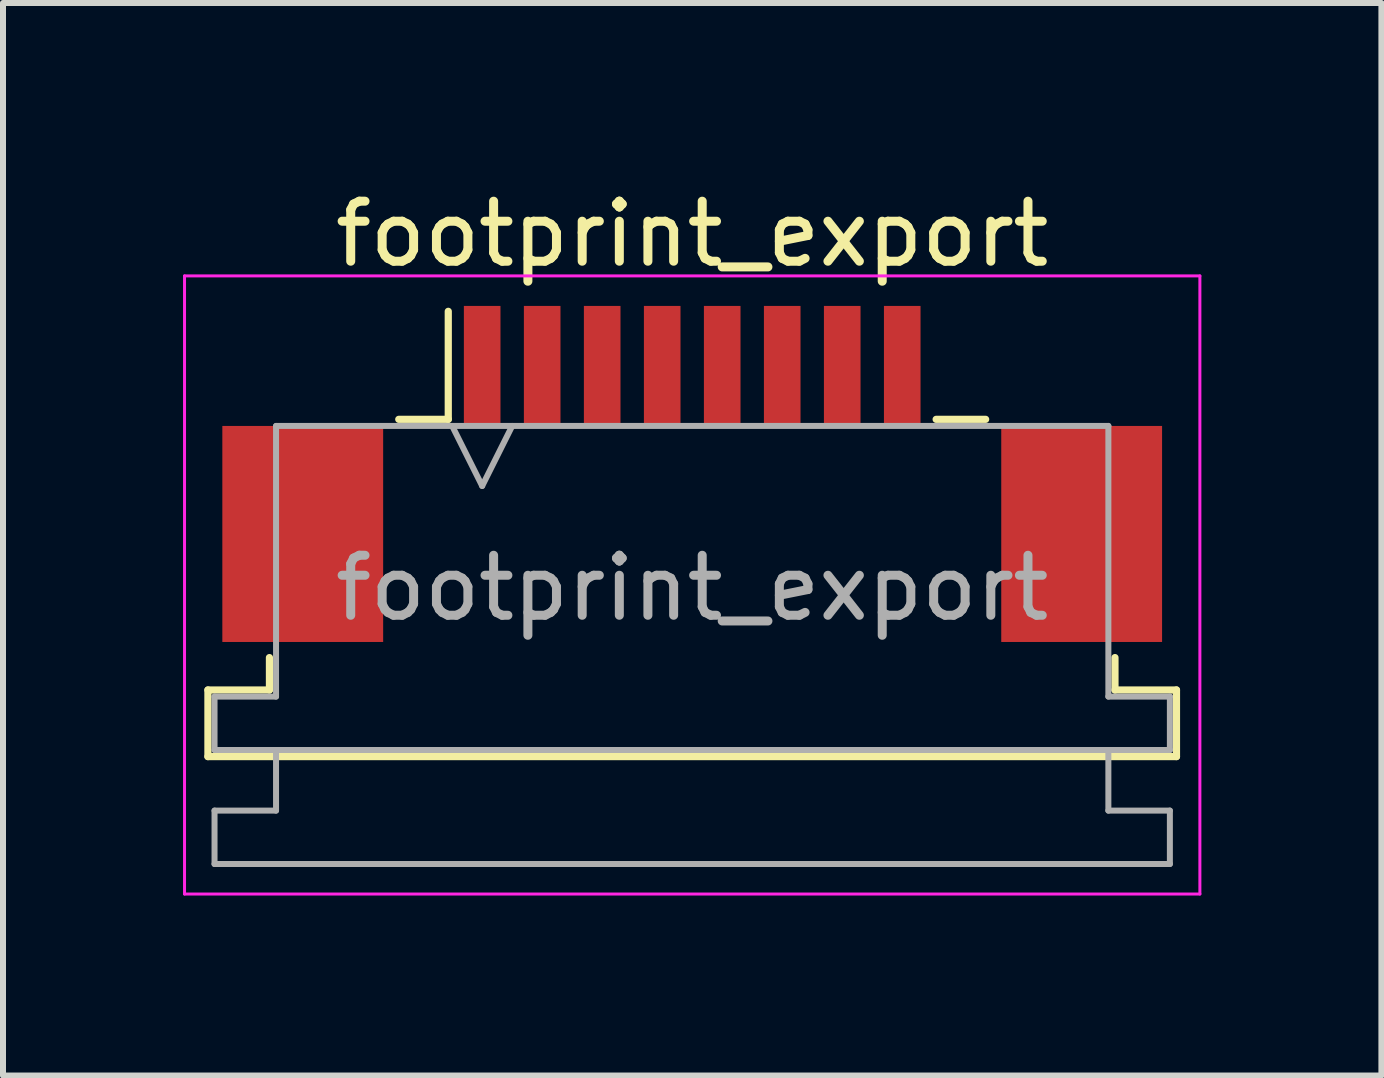
<source format=kicad_pcb>
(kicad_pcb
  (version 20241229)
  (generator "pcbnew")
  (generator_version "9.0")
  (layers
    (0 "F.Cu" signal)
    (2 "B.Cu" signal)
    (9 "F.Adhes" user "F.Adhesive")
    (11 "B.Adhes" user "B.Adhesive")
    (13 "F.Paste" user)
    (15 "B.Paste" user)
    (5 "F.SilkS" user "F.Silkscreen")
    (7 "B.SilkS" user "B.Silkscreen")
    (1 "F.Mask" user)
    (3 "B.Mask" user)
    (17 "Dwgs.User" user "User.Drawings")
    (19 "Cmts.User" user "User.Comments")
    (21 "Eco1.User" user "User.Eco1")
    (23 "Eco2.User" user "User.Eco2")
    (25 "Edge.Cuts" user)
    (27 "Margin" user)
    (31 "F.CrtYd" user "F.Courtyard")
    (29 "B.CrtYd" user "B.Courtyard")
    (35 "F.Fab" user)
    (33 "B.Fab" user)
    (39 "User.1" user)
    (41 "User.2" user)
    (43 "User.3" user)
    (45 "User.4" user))
  (footprint "footprint_export"
    (layer "F.Cu")
    (at 8.485 4.848)
    (property "Reference" "footprint_export" (at 0 -4 0) (layer "F.SilkS") (effects (font (size 1 1) (thickness 0.15))))
    (attr smd)
    (fp_line (start -8.07 3.6) (end -7.045 3.6) (stroke (width 0.12) (type solid)) (layer "F.SilkS"))
    (fp_line (start -8.07 4.71) (end -8.07 3.6) (stroke (width 0.12) (type solid)) (layer "F.SilkS"))
    (fp_line (start -7.045 3.6) (end -7.045 3.06) (stroke (width 0.12) (type solid)) (layer "F.SilkS"))
    (fp_line (start -4.89 -0.91) (end -4.065 -0.91) (stroke (width 0.12) (type solid)) (layer "F.SilkS"))
    (fp_line (start -4.065 -0.91) (end -4.065 -2.71) (stroke (width 0.12) (type solid)) (layer "F.SilkS"))
    (fp_line (start 4.065 -0.91) (end 4.89 -0.91) (stroke (width 0.12) (type solid)) (layer "F.SilkS"))
    (fp_line (start 7.045 3.06) (end 7.045 3.6) (stroke (width 0.12) (type solid)) (layer "F.SilkS"))
    (fp_line (start 7.045 3.6) (end 8.07 3.6) (stroke (width 0.12) (type solid)) (layer "F.SilkS"))
    (fp_line (start 8.07 3.6) (end 8.07 4.71) (stroke (width 0.12) (type solid)) (layer "F.SilkS"))
    (fp_line (start 8.07 4.71) (end -8.07 4.71) (stroke (width 0.12) (type solid)) (layer "F.SilkS"))
    (fp_line (start -8.46 -3.3) (end -8.46 7) (stroke (width 0.05) (type solid)) (layer "F.CrtYd"))
    (fp_line (start -8.46 7) (end 8.46 7) (stroke (width 0.05) (type solid)) (layer "F.CrtYd"))
    (fp_line (start 8.46 -3.3) (end -8.46 -3.3) (stroke (width 0.05) (type solid)) (layer "F.CrtYd"))
    (fp_line (start 8.46 7) (end 8.46 -3.3) (stroke (width 0.05) (type solid)) (layer "F.CrtYd"))
    (fp_line (start -7.96 3.71) (end -6.935 3.71) (stroke (width 0.1) (type solid)) (layer "F.Fab"))
    (fp_line (start -7.96 4.6) (end -7.96 3.71) (stroke (width 0.1) (type solid)) (layer "F.Fab"))
    (fp_line (start -7.96 5.61) (end -6.935 5.61) (stroke (width 0.1) (type solid)) (layer "F.Fab"))
    (fp_line (start -7.96 6.5) (end -7.96 5.61) (stroke (width 0.1) (type solid)) (layer "F.Fab"))
    (fp_line (start -6.935 -0.8) (end 6.935 -0.8) (stroke (width 0.1) (type solid)) (layer "F.Fab"))
    (fp_line (start -6.935 3.71) (end -6.935 -0.8) (stroke (width 0.1) (type solid)) (layer "F.Fab"))
    (fp_line (start -6.935 5.61) (end -6.935 4.6) (stroke (width 0.1) (type solid)) (layer "F.Fab"))
    (fp_line (start -4 -0.8) (end -3.5 0.2) (stroke (width 0.1) (type solid)) (layer "F.Fab"))
    (fp_line (start -3.5 0.2) (end -3 -0.8) (stroke (width 0.1) (type solid)) (layer "F.Fab"))
    (fp_line (start 6.935 -0.8) (end 6.935 3.71) (stroke (width 0.1) (type solid)) (layer "F.Fab"))
    (fp_line (start 6.935 3.71) (end 7.96 3.71) (stroke (width 0.1) (type solid)) (layer "F.Fab"))
    (fp_line (start 6.935 4.6) (end 6.935 5.61) (stroke (width 0.1) (type solid)) (layer "F.Fab"))
    (fp_line (start 6.935 5.61) (end 7.96 5.61) (stroke (width 0.1) (type solid)) (layer "F.Fab"))
    (fp_line (start 7.96 3.71) (end 7.96 4.6) (stroke (width 0.1) (type solid)) (layer "F.Fab"))
    (fp_line (start 7.96 4.6) (end -7.96 4.6) (stroke (width 0.1) (type solid)) (layer "F.Fab"))
    (fp_line (start 7.96 5.61) (end 7.96 6.5) (stroke (width 0.1) (type solid)) (layer "F.Fab"))
    (fp_line (start 7.96 6.5) (end -7.96 6.5) (stroke (width 0.1) (type solid)) (layer "F.Fab"))
    (fp_text user "${REFERENCE}" (at 0 1.9 0) (layer "F.Fab") (effects (font (size 1 1) (thickness 0.15))))
    (pad "1" smd rect (at -3.5 -1.8) (size 0.61 2) (layers "F.Cu" "F.Mask" "F.Paste"))
    (pad "2" smd rect (at -2.5 -1.8) (size 0.61 2) (layers "F.Cu" "F.Mask" "F.Paste"))
    (pad "3" smd rect (at -1.5 -1.8) (size 0.61 2) (layers "F.Cu" "F.Mask" "F.Paste"))
    (pad "4" smd rect (at -0.5 -1.8) (size 0.61 2) (layers "F.Cu" "F.Mask" "F.Paste"))
    (pad "5" smd rect (at 0.5 -1.8) (size 0.61 2) (layers "F.Cu" "F.Mask" "F.Paste"))
    (pad "6" smd rect (at 1.5 -1.8) (size 0.61 2) (layers "F.Cu" "F.Mask" "F.Paste"))
    (pad "7" smd rect (at 2.5 -1.8) (size 0.61 2) (layers "F.Cu" "F.Mask" "F.Paste"))
    (pad "8" smd rect (at 3.5 -1.8) (size 0.61 2) (layers "F.Cu" "F.Mask" "F.Paste"))
    (pad "MP" smd rect (at -6.49 1) (size 2.68 3.6) (layers "F.Cu" "F.Mask" "F.Paste"))
    (pad "MP" smd rect (at 6.49 1) (size 2.68 3.6) (layers "F.Cu" "F.Mask" "F.Paste")))
  (gr_rect
    (start -3 -3)
    (end 19.97 14.873)
    (stroke (width 0.1) (type default))
    (fill no)
    (layer "Edge.Cuts")))
</source>
